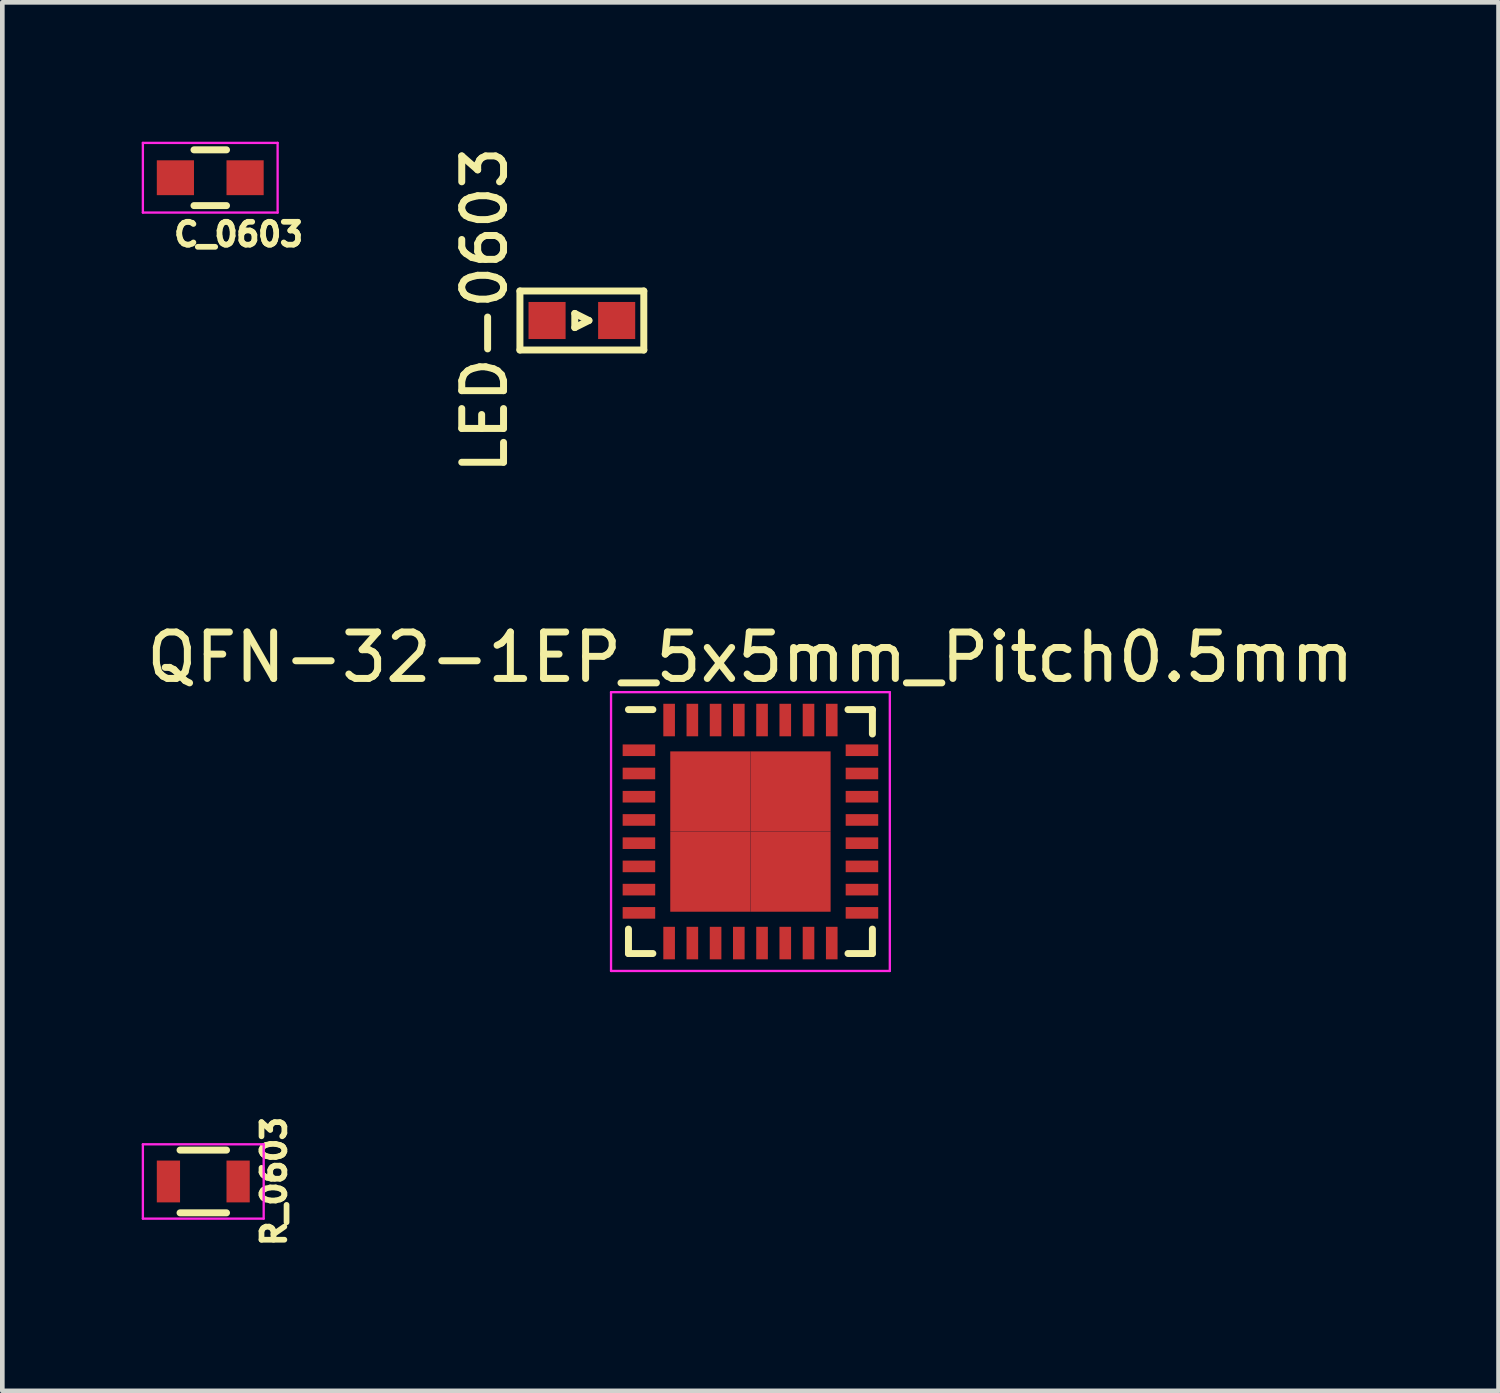
<source format=kicad_pcb>
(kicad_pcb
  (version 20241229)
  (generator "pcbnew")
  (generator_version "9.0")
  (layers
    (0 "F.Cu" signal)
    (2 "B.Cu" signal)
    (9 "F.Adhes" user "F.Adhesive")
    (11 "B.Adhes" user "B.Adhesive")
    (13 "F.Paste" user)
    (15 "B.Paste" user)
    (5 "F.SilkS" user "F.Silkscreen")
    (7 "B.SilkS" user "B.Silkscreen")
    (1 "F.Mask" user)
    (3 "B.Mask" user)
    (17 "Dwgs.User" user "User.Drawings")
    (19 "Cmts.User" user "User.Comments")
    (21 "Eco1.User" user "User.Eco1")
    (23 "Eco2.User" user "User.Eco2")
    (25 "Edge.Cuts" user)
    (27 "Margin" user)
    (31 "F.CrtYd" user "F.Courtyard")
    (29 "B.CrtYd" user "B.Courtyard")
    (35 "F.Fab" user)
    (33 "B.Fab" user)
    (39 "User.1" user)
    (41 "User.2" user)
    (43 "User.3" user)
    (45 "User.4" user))
  (footprint "LED-0603"
    (layer "F.Cu")
    (at 9.473 3.848)
    (property "Reference" "LED-0603" (at -2.094 -0.224 90) (layer "F.SilkS") (effects (font (size 0.899 0.899) (thickness 0.15))))
    (attr smd)
    (fp_line (start -1.333 -0.635) (end 1.333 -0.635) (stroke (width 0.15) (type solid)) (layer "F.SilkS"))
    (fp_line (start -1.333 0.635) (end -1.333 -0.635) (stroke (width 0.15) (type solid)) (layer "F.SilkS"))
    (fp_line (start -0.152 -0.152) (end 0.152 0) (stroke (width 0.15) (type solid)) (layer "F.SilkS"))
    (fp_line (start -0.152 0.152) (end -0.152 -0.152) (stroke (width 0.15) (type solid)) (layer "F.SilkS"))
    (fp_line (start 0.152 0) (end -0.152 0.152) (stroke (width 0.15) (type solid)) (layer "F.SilkS"))
    (fp_line (start 1.333 -0.635) (end 1.333 0.635) (stroke (width 0.15) (type solid)) (layer "F.SilkS"))
    (fp_line (start 1.333 0.635) (end -1.333 0.635) (stroke (width 0.15) (type solid)) (layer "F.SilkS"))
    (pad "A" smd rect (at -0.749 0) (size 0.798 0.798) (layers "F.Cu" "F.Mask" "F.Paste"))
    (pad "C" smd rect (at 0.749 0) (size 0.798 0.798) (layers "F.Cu" "F.Mask" "F.Paste")))
  (footprint "C_0603"
    (layer "F.Cu")
    (at 1.475 0.775)
    (property "Reference" "C_0603" (at 0.61 1.219 0) (layer "F.SilkS") (effects (font (size 0.492 0.492) (thickness 0.123))))
    (attr smd)
    (fp_line (start -0.35 -0.6) (end 0.35 -0.6) (stroke (width 0.15) (type solid)) (layer "F.SilkS"))
    (fp_line (start 0.35 0.6) (end -0.35 0.6) (stroke (width 0.15) (type solid)) (layer "F.SilkS"))
    (fp_line (start -1.45 -0.75) (end -1.45 0.75) (stroke (width 0.05) (type solid)) (layer "F.CrtYd"))
    (fp_line (start -1.45 -0.75) (end 1.45 -0.75) (stroke (width 0.05) (type solid)) (layer "F.CrtYd"))
    (fp_line (start -1.45 0.75) (end 1.45 0.75) (stroke (width 0.05) (type solid)) (layer "F.CrtYd"))
    (fp_line (start 1.45 -0.75) (end 1.45 0.75) (stroke (width 0.05) (type solid)) (layer "F.CrtYd"))
    (pad "1" smd rect (at -0.75 0) (size 0.8 0.75) (layers "F.Cu" "F.Mask" "F.Paste"))
    (pad "2" smd rect (at 0.75 0) (size 0.8 0.75) (layers "F.Cu" "F.Mask" "F.Paste")))
  (footprint "QFN-32-1EP_5x5mm_Pitch0.5mm"
    (layer "F.Cu")
    (at 13.101 14.847)
    (property "Reference" "QFN-32-1EP_5x5mm_Pitch0.5mm" (at 0 -3.75 0) (layer "F.SilkS") (effects (font (size 1 1) (thickness 0.15))))
    (attr smd)
    (fp_line (start -2.625 -2.625) (end -2.1 -2.625) (stroke (width 0.15) (type solid)) (layer "F.SilkS"))
    (fp_line (start -2.625 2.625) (end -2.625 2.1) (stroke (width 0.15) (type solid)) (layer "F.SilkS"))
    (fp_line (start -2.625 2.625) (end -2.1 2.625) (stroke (width 0.15) (type solid)) (layer "F.SilkS"))
    (fp_line (start 2.625 -2.625) (end 2.1 -2.625) (stroke (width 0.15) (type solid)) (layer "F.SilkS"))
    (fp_line (start 2.625 -2.625) (end 2.625 -2.1) (stroke (width 0.15) (type solid)) (layer "F.SilkS"))
    (fp_line (start 2.625 2.625) (end 2.1 2.625) (stroke (width 0.15) (type solid)) (layer "F.SilkS"))
    (fp_line (start 2.625 2.625) (end 2.625 2.1) (stroke (width 0.15) (type solid)) (layer "F.SilkS"))
    (fp_line (start -3 -3) (end -3 3) (stroke (width 0.05) (type solid)) (layer "F.CrtYd"))
    (fp_line (start -3 -3) (end 3 -3) (stroke (width 0.05) (type solid)) (layer "F.CrtYd"))
    (fp_line (start -3 3) (end 3 3) (stroke (width 0.05) (type solid)) (layer "F.CrtYd"))
    (fp_line (start 3 -3) (end 3 3) (stroke (width 0.05) (type solid)) (layer "F.CrtYd"))
    (pad "1" smd rect (at -2.4 -1.75) (size 0.7 0.25) (layers "F.Cu" "F.Mask" "F.Paste"))
    (pad "2" smd rect (at -2.4 -1.25) (size 0.7 0.25) (layers "F.Cu" "F.Mask" "F.Paste"))
    (pad "3" smd rect (at -2.4 -0.75) (size 0.7 0.25) (layers "F.Cu" "F.Mask" "F.Paste"))
    (pad "4" smd rect (at -2.4 -0.25) (size 0.7 0.25) (layers "F.Cu" "F.Mask" "F.Paste"))
    (pad "5" smd rect (at -2.4 0.25) (size 0.7 0.25) (layers "F.Cu" "F.Mask" "F.Paste"))
    (pad "6" smd rect (at -2.4 0.75) (size 0.7 0.25) (layers "F.Cu" "F.Mask" "F.Paste"))
    (pad "7" smd rect (at -2.4 1.25) (size 0.7 0.25) (layers "F.Cu" "F.Mask" "F.Paste"))
    (pad "8" smd rect (at -2.4 1.75) (size 0.7 0.25) (layers "F.Cu" "F.Mask" "F.Paste"))
    (pad "9" smd rect (at -1.75 2.4 90) (size 0.7 0.25) (layers "F.Cu" "F.Mask" "F.Paste"))
    (pad "10" smd rect (at -1.25 2.4 90) (size 0.7 0.25) (layers "F.Cu" "F.Mask" "F.Paste"))
    (pad "11" smd rect (at -0.75 2.4 90) (size 0.7 0.25) (layers "F.Cu" "F.Mask" "F.Paste"))
    (pad "12" smd rect (at -0.25 2.4 90) (size 0.7 0.25) (layers "F.Cu" "F.Mask" "F.Paste"))
    (pad "13" smd rect (at 0.25 2.4 90) (size 0.7 0.25) (layers "F.Cu" "F.Mask" "F.Paste"))
    (pad "14" smd rect (at 0.75 2.4 90) (size 0.7 0.25) (layers "F.Cu" "F.Mask" "F.Paste"))
    (pad "15" smd rect (at 1.25 2.4 90) (size 0.7 0.25) (layers "F.Cu" "F.Mask" "F.Paste"))
    (pad "16" smd rect (at 1.75 2.4 90) (size 0.7 0.25) (layers "F.Cu" "F.Mask" "F.Paste"))
    (pad "17" smd rect (at 2.4 1.75) (size 0.7 0.25) (layers "F.Cu" "F.Mask" "F.Paste"))
    (pad "18" smd rect (at 2.4 1.25) (size 0.7 0.25) (layers "F.Cu" "F.Mask" "F.Paste"))
    (pad "19" smd rect (at 2.4 0.75) (size 0.7 0.25) (layers "F.Cu" "F.Mask" "F.Paste"))
    (pad "20" smd rect (at 2.4 0.25) (size 0.7 0.25) (layers "F.Cu" "F.Mask" "F.Paste"))
    (pad "21" smd rect (at 2.4 -0.25) (size 0.7 0.25) (layers "F.Cu" "F.Mask" "F.Paste"))
    (pad "22" smd rect (at 2.4 -0.75) (size 0.7 0.25) (layers "F.Cu" "F.Mask" "F.Paste"))
    (pad "23" smd rect (at 2.4 -1.25) (size 0.7 0.25) (layers "F.Cu" "F.Mask" "F.Paste"))
    (pad "24" smd rect (at 2.4 -1.75) (size 0.7 0.25) (layers "F.Cu" "F.Mask" "F.Paste"))
    (pad "25" smd rect (at 1.75 -2.4 90) (size 0.7 0.25) (layers "F.Cu" "F.Mask" "F.Paste"))
    (pad "26" smd rect (at 1.25 -2.4 90) (size 0.7 0.25) (layers "F.Cu" "F.Mask" "F.Paste"))
    (pad "27" smd rect (at 0.75 -2.4 90) (size 0.7 0.25) (layers "F.Cu" "F.Mask" "F.Paste"))
    (pad "28" smd rect (at 0.25 -2.4 90) (size 0.7 0.25) (layers "F.Cu" "F.Mask" "F.Paste"))
    (pad "29" smd rect (at -0.25 -2.4 90) (size 0.7 0.25) (layers "F.Cu" "F.Mask" "F.Paste"))
    (pad "30" smd rect (at -0.75 -2.4 90) (size 0.7 0.25) (layers "F.Cu" "F.Mask" "F.Paste"))
    (pad "31" smd rect (at -1.25 -2.4 90) (size 0.7 0.25) (layers "F.Cu" "F.Mask" "F.Paste"))
    (pad "32" smd rect (at -1.75 -2.4 90) (size 0.7 0.25) (layers "F.Cu" "F.Mask" "F.Paste"))
    (pad "33" smd rect (at -0.863 -0.863) (size 1.725 1.725) (layers "F.Cu" "F.Mask" "F.Paste"))
    (pad "33" smd rect (at -0.863 0.863) (size 1.725 1.725) (layers "F.Cu" "F.Mask" "F.Paste"))
    (pad "33" smd rect (at 0.863 -0.863) (size 1.725 1.725) (layers "F.Cu" "F.Mask" "F.Paste"))
    (pad "33" smd rect (at 0.863 0.863) (size 1.725 1.725) (layers "F.Cu" "F.Mask" "F.Paste")))
  (footprint "R_0603"
    (layer "F.Cu")
    (at 1.325 22.378)
    (property "Reference" "R_0603" (at 1.524 0 270) (layer "F.SilkS") (effects (font (size 0.492 0.492) (thickness 0.123))))
    (attr smd)
    (fp_line (start -0.5 -0.675) (end 0.5 -0.675) (stroke (width 0.15) (type solid)) (layer "F.SilkS"))
    (fp_line (start 0.5 0.675) (end -0.5 0.675) (stroke (width 0.15) (type solid)) (layer "F.SilkS"))
    (fp_line (start -1.3 -0.8) (end -1.3 0.8) (stroke (width 0.05) (type solid)) (layer "F.CrtYd"))
    (fp_line (start -1.3 -0.8) (end 1.3 -0.8) (stroke (width 0.05) (type solid)) (layer "F.CrtYd"))
    (fp_line (start -1.3 0.8) (end 1.3 0.8) (stroke (width 0.05) (type solid)) (layer "F.CrtYd"))
    (fp_line (start 1.3 -0.8) (end 1.3 0.8) (stroke (width 0.05) (type solid)) (layer "F.CrtYd"))
    (pad "1" smd rect (at -0.75 0) (size 0.5 0.9) (layers "F.Cu" "F.Mask" "F.Paste"))
    (pad "2" smd rect (at 0.75 0) (size 0.5 0.9) (layers "F.Cu" "F.Mask" "F.Paste")))
  (gr_rect
    (start -3 -3)
    (end 29.202 26.884)
    (stroke (width 0.1) (type default))
    (fill no)
    (layer "Edge.Cuts")))
</source>
